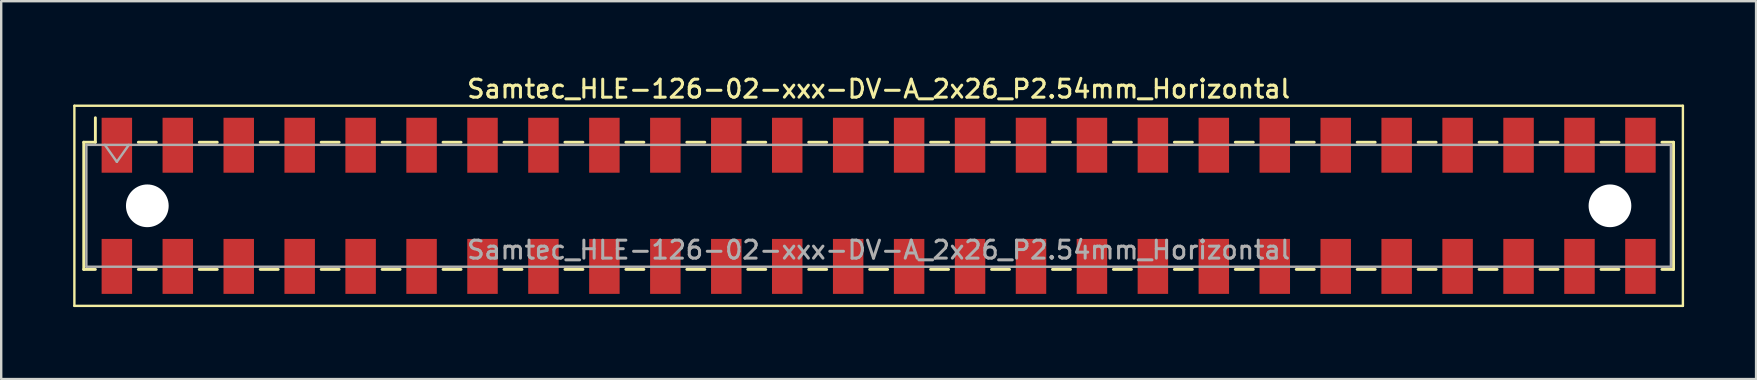
<source format=kicad_pcb>
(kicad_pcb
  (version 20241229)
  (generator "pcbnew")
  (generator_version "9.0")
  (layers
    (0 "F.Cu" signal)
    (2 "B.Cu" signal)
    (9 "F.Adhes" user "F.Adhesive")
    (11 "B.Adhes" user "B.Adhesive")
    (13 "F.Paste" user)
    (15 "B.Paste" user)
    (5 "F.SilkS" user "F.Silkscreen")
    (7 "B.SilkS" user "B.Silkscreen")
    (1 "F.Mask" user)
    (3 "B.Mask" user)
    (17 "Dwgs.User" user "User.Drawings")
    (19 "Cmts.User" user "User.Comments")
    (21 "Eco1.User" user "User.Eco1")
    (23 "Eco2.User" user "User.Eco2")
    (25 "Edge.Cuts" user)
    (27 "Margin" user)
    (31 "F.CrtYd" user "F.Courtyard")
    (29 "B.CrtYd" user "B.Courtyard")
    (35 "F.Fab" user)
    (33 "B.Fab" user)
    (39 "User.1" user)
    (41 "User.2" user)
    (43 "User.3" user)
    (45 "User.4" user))
  (footprint "Samtec_HLE-126-02-xxx-DV-A_2x26_P2.54mm_Horizontal"
    (layer "F.Cu")
    (at 33.57 5.528)
    (property "Reference" "Samtec_HLE-126-02-xxx-DV-A_2x26_P2.54mm_Horizontal" (at 0 -4.87 0) (layer "F.SilkS") (effects (font (size 0.75 0.75) (thickness 0.125))))
    (attr smd)
    (fp_line (start -33.52 -4.17) (end 33.52 -4.17) (stroke (width 0.1) (type solid)) (layer "F.SilkS"))
    (fp_line (start -33.52 4.17) (end -33.52 -4.17) (stroke (width 0.1) (type solid)) (layer "F.SilkS"))
    (fp_line (start -33.13 -2.65) (end -33.13 2.65) (stroke (width 0.12) (type solid)) (layer "F.SilkS"))
    (fp_line (start -33.13 2.65) (end -32.645 2.65) (stroke (width 0.12) (type solid)) (layer "F.SilkS"))
    (fp_line (start -32.645 -3.67) (end -32.645 -2.65) (stroke (width 0.12) (type solid)) (layer "F.SilkS"))
    (fp_line (start -32.645 -2.65) (end -33.13 -2.65) (stroke (width 0.12) (type solid)) (layer "F.SilkS"))
    (fp_line (start -30.855 -2.65) (end -30.105 -2.65) (stroke (width 0.12) (type solid)) (layer "F.SilkS"))
    (fp_line (start -30.855 2.65) (end -30.105 2.65) (stroke (width 0.12) (type solid)) (layer "F.SilkS"))
    (fp_line (start -28.315 -2.65) (end -27.565 -2.65) (stroke (width 0.12) (type solid)) (layer "F.SilkS"))
    (fp_line (start -28.315 2.65) (end -27.565 2.65) (stroke (width 0.12) (type solid)) (layer "F.SilkS"))
    (fp_line (start -25.775 -2.65) (end -25.025 -2.65) (stroke (width 0.12) (type solid)) (layer "F.SilkS"))
    (fp_line (start -25.775 2.65) (end -25.025 2.65) (stroke (width 0.12) (type solid)) (layer "F.SilkS"))
    (fp_line (start -23.235 -2.65) (end -22.485 -2.65) (stroke (width 0.12) (type solid)) (layer "F.SilkS"))
    (fp_line (start -23.235 2.65) (end -22.485 2.65) (stroke (width 0.12) (type solid)) (layer "F.SilkS"))
    (fp_line (start -20.695 -2.65) (end -19.945 -2.65) (stroke (width 0.12) (type solid)) (layer "F.SilkS"))
    (fp_line (start -20.695 2.65) (end -19.945 2.65) (stroke (width 0.12) (type solid)) (layer "F.SilkS"))
    (fp_line (start -18.155 -2.65) (end -17.405 -2.65) (stroke (width 0.12) (type solid)) (layer "F.SilkS"))
    (fp_line (start -18.155 2.65) (end -17.405 2.65) (stroke (width 0.12) (type solid)) (layer "F.SilkS"))
    (fp_line (start -15.615 -2.65) (end -14.865 -2.65) (stroke (width 0.12) (type solid)) (layer "F.SilkS"))
    (fp_line (start -15.615 2.65) (end -14.865 2.65) (stroke (width 0.12) (type solid)) (layer "F.SilkS"))
    (fp_line (start -13.075 -2.65) (end -12.325 -2.65) (stroke (width 0.12) (type solid)) (layer "F.SilkS"))
    (fp_line (start -13.075 2.65) (end -12.325 2.65) (stroke (width 0.12) (type solid)) (layer "F.SilkS"))
    (fp_line (start -10.535 -2.65) (end -9.785 -2.65) (stroke (width 0.12) (type solid)) (layer "F.SilkS"))
    (fp_line (start -10.535 2.65) (end -9.785 2.65) (stroke (width 0.12) (type solid)) (layer "F.SilkS"))
    (fp_line (start -7.995 -2.65) (end -7.245 -2.65) (stroke (width 0.12) (type solid)) (layer "F.SilkS"))
    (fp_line (start -7.995 2.65) (end -7.245 2.65) (stroke (width 0.12) (type solid)) (layer "F.SilkS"))
    (fp_line (start -5.455 -2.65) (end -4.705 -2.65) (stroke (width 0.12) (type solid)) (layer "F.SilkS"))
    (fp_line (start -5.455 2.65) (end -4.705 2.65) (stroke (width 0.12) (type solid)) (layer "F.SilkS"))
    (fp_line (start -2.915 -2.65) (end -2.165 -2.65) (stroke (width 0.12) (type solid)) (layer "F.SilkS"))
    (fp_line (start -2.915 2.65) (end -2.165 2.65) (stroke (width 0.12) (type solid)) (layer "F.SilkS"))
    (fp_line (start -0.375 -2.65) (end 0.375 -2.65) (stroke (width 0.12) (type solid)) (layer "F.SilkS"))
    (fp_line (start -0.375 2.65) (end 0.375 2.65) (stroke (width 0.12) (type solid)) (layer "F.SilkS"))
    (fp_line (start 2.165 -2.65) (end 2.915 -2.65) (stroke (width 0.12) (type solid)) (layer "F.SilkS"))
    (fp_line (start 2.165 2.65) (end 2.915 2.65) (stroke (width 0.12) (type solid)) (layer "F.SilkS"))
    (fp_line (start 4.705 -2.65) (end 5.455 -2.65) (stroke (width 0.12) (type solid)) (layer "F.SilkS"))
    (fp_line (start 4.705 2.65) (end 5.455 2.65) (stroke (width 0.12) (type solid)) (layer "F.SilkS"))
    (fp_line (start 7.245 -2.65) (end 7.995 -2.65) (stroke (width 0.12) (type solid)) (layer "F.SilkS"))
    (fp_line (start 7.245 2.65) (end 7.995 2.65) (stroke (width 0.12) (type solid)) (layer "F.SilkS"))
    (fp_line (start 9.785 -2.65) (end 10.535 -2.65) (stroke (width 0.12) (type solid)) (layer "F.SilkS"))
    (fp_line (start 9.785 2.65) (end 10.535 2.65) (stroke (width 0.12) (type solid)) (layer "F.SilkS"))
    (fp_line (start 12.325 -2.65) (end 13.075 -2.65) (stroke (width 0.12) (type solid)) (layer "F.SilkS"))
    (fp_line (start 12.325 2.65) (end 13.075 2.65) (stroke (width 0.12) (type solid)) (layer "F.SilkS"))
    (fp_line (start 14.865 -2.65) (end 15.615 -2.65) (stroke (width 0.12) (type solid)) (layer "F.SilkS"))
    (fp_line (start 14.865 2.65) (end 15.615 2.65) (stroke (width 0.12) (type solid)) (layer "F.SilkS"))
    (fp_line (start 17.405 -2.65) (end 18.155 -2.65) (stroke (width 0.12) (type solid)) (layer "F.SilkS"))
    (fp_line (start 17.405 2.65) (end 18.155 2.65) (stroke (width 0.12) (type solid)) (layer "F.SilkS"))
    (fp_line (start 19.945 -2.65) (end 20.695 -2.65) (stroke (width 0.12) (type solid)) (layer "F.SilkS"))
    (fp_line (start 19.945 2.65) (end 20.695 2.65) (stroke (width 0.12) (type solid)) (layer "F.SilkS"))
    (fp_line (start 22.485 -2.65) (end 23.235 -2.65) (stroke (width 0.12) (type solid)) (layer "F.SilkS"))
    (fp_line (start 22.485 2.65) (end 23.235 2.65) (stroke (width 0.12) (type solid)) (layer "F.SilkS"))
    (fp_line (start 25.025 -2.65) (end 25.775 -2.65) (stroke (width 0.12) (type solid)) (layer "F.SilkS"))
    (fp_line (start 25.025 2.65) (end 25.775 2.65) (stroke (width 0.12) (type solid)) (layer "F.SilkS"))
    (fp_line (start 27.565 -2.65) (end 28.315 -2.65) (stroke (width 0.12) (type solid)) (layer "F.SilkS"))
    (fp_line (start 27.565 2.65) (end 28.315 2.65) (stroke (width 0.12) (type solid)) (layer "F.SilkS"))
    (fp_line (start 30.105 -2.65) (end 30.855 -2.65) (stroke (width 0.12) (type solid)) (layer "F.SilkS"))
    (fp_line (start 30.105 2.65) (end 30.855 2.65) (stroke (width 0.12) (type solid)) (layer "F.SilkS"))
    (fp_line (start 32.645 -2.65) (end 33.13 -2.65) (stroke (width 0.12) (type solid)) (layer "F.SilkS"))
    (fp_line (start 33.13 -2.65) (end 33.13 2.65) (stroke (width 0.12) (type solid)) (layer "F.SilkS"))
    (fp_line (start 33.13 2.65) (end 32.645 2.65) (stroke (width 0.12) (type solid)) (layer "F.SilkS"))
    (fp_line (start 33.52 -4.17) (end 33.52 4.17) (stroke (width 0.1) (type solid)) (layer "F.SilkS"))
    (fp_line (start 33.52 4.17) (end -33.52 4.17) (stroke (width 0.1) (type solid)) (layer "F.SilkS"))
    (fp_line (start -33.02 -2.54) (end 33.02 -2.54) (stroke (width 0.1) (type solid)) (layer "F.Fab"))
    (fp_line (start -33.02 2.54) (end -33.02 -2.54) (stroke (width 0.1) (type solid)) (layer "F.Fab"))
    (fp_line (start -32.25 -2.54) (end -31.75 -1.833) (stroke (width 0.1) (type solid)) (layer "F.Fab"))
    (fp_line (start -31.75 -1.833) (end -31.25 -2.54) (stroke (width 0.1) (type solid)) (layer "F.Fab"))
    (fp_line (start 33.02 -2.54) (end 33.02 2.54) (stroke (width 0.1) (type solid)) (layer "F.Fab"))
    (fp_line (start 33.02 2.54) (end -33.02 2.54) (stroke (width 0.1) (type solid)) (layer "F.Fab"))
    (fp_text user "${REFERENCE}" (at 0 1.84 0) (layer "F.Fab") (effects (font (size 0.75 0.75) (thickness 0.125))))
    (pad "" np_thru_hole circle (at -30.48 0) (size 1.78 1.78) (drill 1.78) (layers "*.Cu" "*.Mask"))
    (pad "" np_thru_hole circle (at 30.48 0) (size 1.78 1.78) (drill 1.78) (layers "*.Cu" "*.Mask"))
    (pad "1" smd rect (at -31.75 -2.525) (size 1.27 2.29) (layers "F.Cu" "F.Mask" "F.Paste"))
    (pad "2" smd rect (at -31.75 2.525) (size 1.27 2.29) (layers "F.Cu" "F.Mask" "F.Paste"))
    (pad "3" smd rect (at -29.21 -2.525) (size 1.27 2.29) (layers "F.Cu" "F.Mask" "F.Paste"))
    (pad "4" smd rect (at -29.21 2.525) (size 1.27 2.29) (layers "F.Cu" "F.Mask" "F.Paste"))
    (pad "5" smd rect (at -26.67 -2.525) (size 1.27 2.29) (layers "F.Cu" "F.Mask" "F.Paste"))
    (pad "6" smd rect (at -26.67 2.525) (size 1.27 2.29) (layers "F.Cu" "F.Mask" "F.Paste"))
    (pad "7" smd rect (at -24.13 -2.525) (size 1.27 2.29) (layers "F.Cu" "F.Mask" "F.Paste"))
    (pad "8" smd rect (at -24.13 2.525) (size 1.27 2.29) (layers "F.Cu" "F.Mask" "F.Paste"))
    (pad "9" smd rect (at -21.59 -2.525) (size 1.27 2.29) (layers "F.Cu" "F.Mask" "F.Paste"))
    (pad "10" smd rect (at -21.59 2.525) (size 1.27 2.29) (layers "F.Cu" "F.Mask" "F.Paste"))
    (pad "11" smd rect (at -19.05 -2.525) (size 1.27 2.29) (layers "F.Cu" "F.Mask" "F.Paste"))
    (pad "12" smd rect (at -19.05 2.525) (size 1.27 2.29) (layers "F.Cu" "F.Mask" "F.Paste"))
    (pad "13" smd rect (at -16.51 -2.525) (size 1.27 2.29) (layers "F.Cu" "F.Mask" "F.Paste"))
    (pad "14" smd rect (at -16.51 2.525) (size 1.27 2.29) (layers "F.Cu" "F.Mask" "F.Paste"))
    (pad "15" smd rect (at -13.97 -2.525) (size 1.27 2.29) (layers "F.Cu" "F.Mask" "F.Paste"))
    (pad "16" smd rect (at -13.97 2.525) (size 1.27 2.29) (layers "F.Cu" "F.Mask" "F.Paste"))
    (pad "17" smd rect (at -11.43 -2.525) (size 1.27 2.29) (layers "F.Cu" "F.Mask" "F.Paste"))
    (pad "18" smd rect (at -11.43 2.525) (size 1.27 2.29) (layers "F.Cu" "F.Mask" "F.Paste"))
    (pad "19" smd rect (at -8.89 -2.525) (size 1.27 2.29) (layers "F.Cu" "F.Mask" "F.Paste"))
    (pad "20" smd rect (at -8.89 2.525) (size 1.27 2.29) (layers "F.Cu" "F.Mask" "F.Paste"))
    (pad "21" smd rect (at -6.35 -2.525) (size 1.27 2.29) (layers "F.Cu" "F.Mask" "F.Paste"))
    (pad "22" smd rect (at -6.35 2.525) (size 1.27 2.29) (layers "F.Cu" "F.Mask" "F.Paste"))
    (pad "23" smd rect (at -3.81 -2.525) (size 1.27 2.29) (layers "F.Cu" "F.Mask" "F.Paste"))
    (pad "24" smd rect (at -3.81 2.525) (size 1.27 2.29) (layers "F.Cu" "F.Mask" "F.Paste"))
    (pad "25" smd rect (at -1.27 -2.525) (size 1.27 2.29) (layers "F.Cu" "F.Mask" "F.Paste"))
    (pad "26" smd rect (at -1.27 2.525) (size 1.27 2.29) (layers "F.Cu" "F.Mask" "F.Paste"))
    (pad "27" smd rect (at 1.27 -2.525) (size 1.27 2.29) (layers "F.Cu" "F.Mask" "F.Paste"))
    (pad "28" smd rect (at 1.27 2.525) (size 1.27 2.29) (layers "F.Cu" "F.Mask" "F.Paste"))
    (pad "29" smd rect (at 3.81 -2.525) (size 1.27 2.29) (layers "F.Cu" "F.Mask" "F.Paste"))
    (pad "30" smd rect (at 3.81 2.525) (size 1.27 2.29) (layers "F.Cu" "F.Mask" "F.Paste"))
    (pad "31" smd rect (at 6.35 -2.525) (size 1.27 2.29) (layers "F.Cu" "F.Mask" "F.Paste"))
    (pad "32" smd rect (at 6.35 2.525) (size 1.27 2.29) (layers "F.Cu" "F.Mask" "F.Paste"))
    (pad "33" smd rect (at 8.89 -2.525) (size 1.27 2.29) (layers "F.Cu" "F.Mask" "F.Paste"))
    (pad "34" smd rect (at 8.89 2.525) (size 1.27 2.29) (layers "F.Cu" "F.Mask" "F.Paste"))
    (pad "35" smd rect (at 11.43 -2.525) (size 1.27 2.29) (layers "F.Cu" "F.Mask" "F.Paste"))
    (pad "36" smd rect (at 11.43 2.525) (size 1.27 2.29) (layers "F.Cu" "F.Mask" "F.Paste"))
    (pad "37" smd rect (at 13.97 -2.525) (size 1.27 2.29) (layers "F.Cu" "F.Mask" "F.Paste"))
    (pad "38" smd rect (at 13.97 2.525) (size 1.27 2.29) (layers "F.Cu" "F.Mask" "F.Paste"))
    (pad "39" smd rect (at 16.51 -2.525) (size 1.27 2.29) (layers "F.Cu" "F.Mask" "F.Paste"))
    (pad "40" smd rect (at 16.51 2.525) (size 1.27 2.29) (layers "F.Cu" "F.Mask" "F.Paste"))
    (pad "41" smd rect (at 19.05 -2.525) (size 1.27 2.29) (layers "F.Cu" "F.Mask" "F.Paste"))
    (pad "42" smd rect (at 19.05 2.525) (size 1.27 2.29) (layers "F.Cu" "F.Mask" "F.Paste"))
    (pad "43" smd rect (at 21.59 -2.525) (size 1.27 2.29) (layers "F.Cu" "F.Mask" "F.Paste"))
    (pad "44" smd rect (at 21.59 2.525) (size 1.27 2.29) (layers "F.Cu" "F.Mask" "F.Paste"))
    (pad "45" smd rect (at 24.13 -2.525) (size 1.27 2.29) (layers "F.Cu" "F.Mask" "F.Paste"))
    (pad "46" smd rect (at 24.13 2.525) (size 1.27 2.29) (layers "F.Cu" "F.Mask" "F.Paste"))
    (pad "47" smd rect (at 26.67 -2.525) (size 1.27 2.29) (layers "F.Cu" "F.Mask" "F.Paste"))
    (pad "48" smd rect (at 26.67 2.525) (size 1.27 2.29) (layers "F.Cu" "F.Mask" "F.Paste"))
    (pad "49" smd rect (at 29.21 -2.525) (size 1.27 2.29) (layers "F.Cu" "F.Mask" "F.Paste"))
    (pad "50" smd rect (at 29.21 2.525) (size 1.27 2.29) (layers "F.Cu" "F.Mask" "F.Paste"))
    (pad "51" smd rect (at 31.75 -2.525) (size 1.27 2.29) (layers "F.Cu" "F.Mask" "F.Paste"))
    (pad "52" smd rect (at 31.75 2.525) (size 1.27 2.29) (layers "F.Cu" "F.Mask" "F.Paste")))
  (gr_rect
    (start -3 -3)
    (end 70.14 12.748)
    (stroke (width 0.1) (type default))
    (fill no)
    (layer "Edge.Cuts")))
</source>
